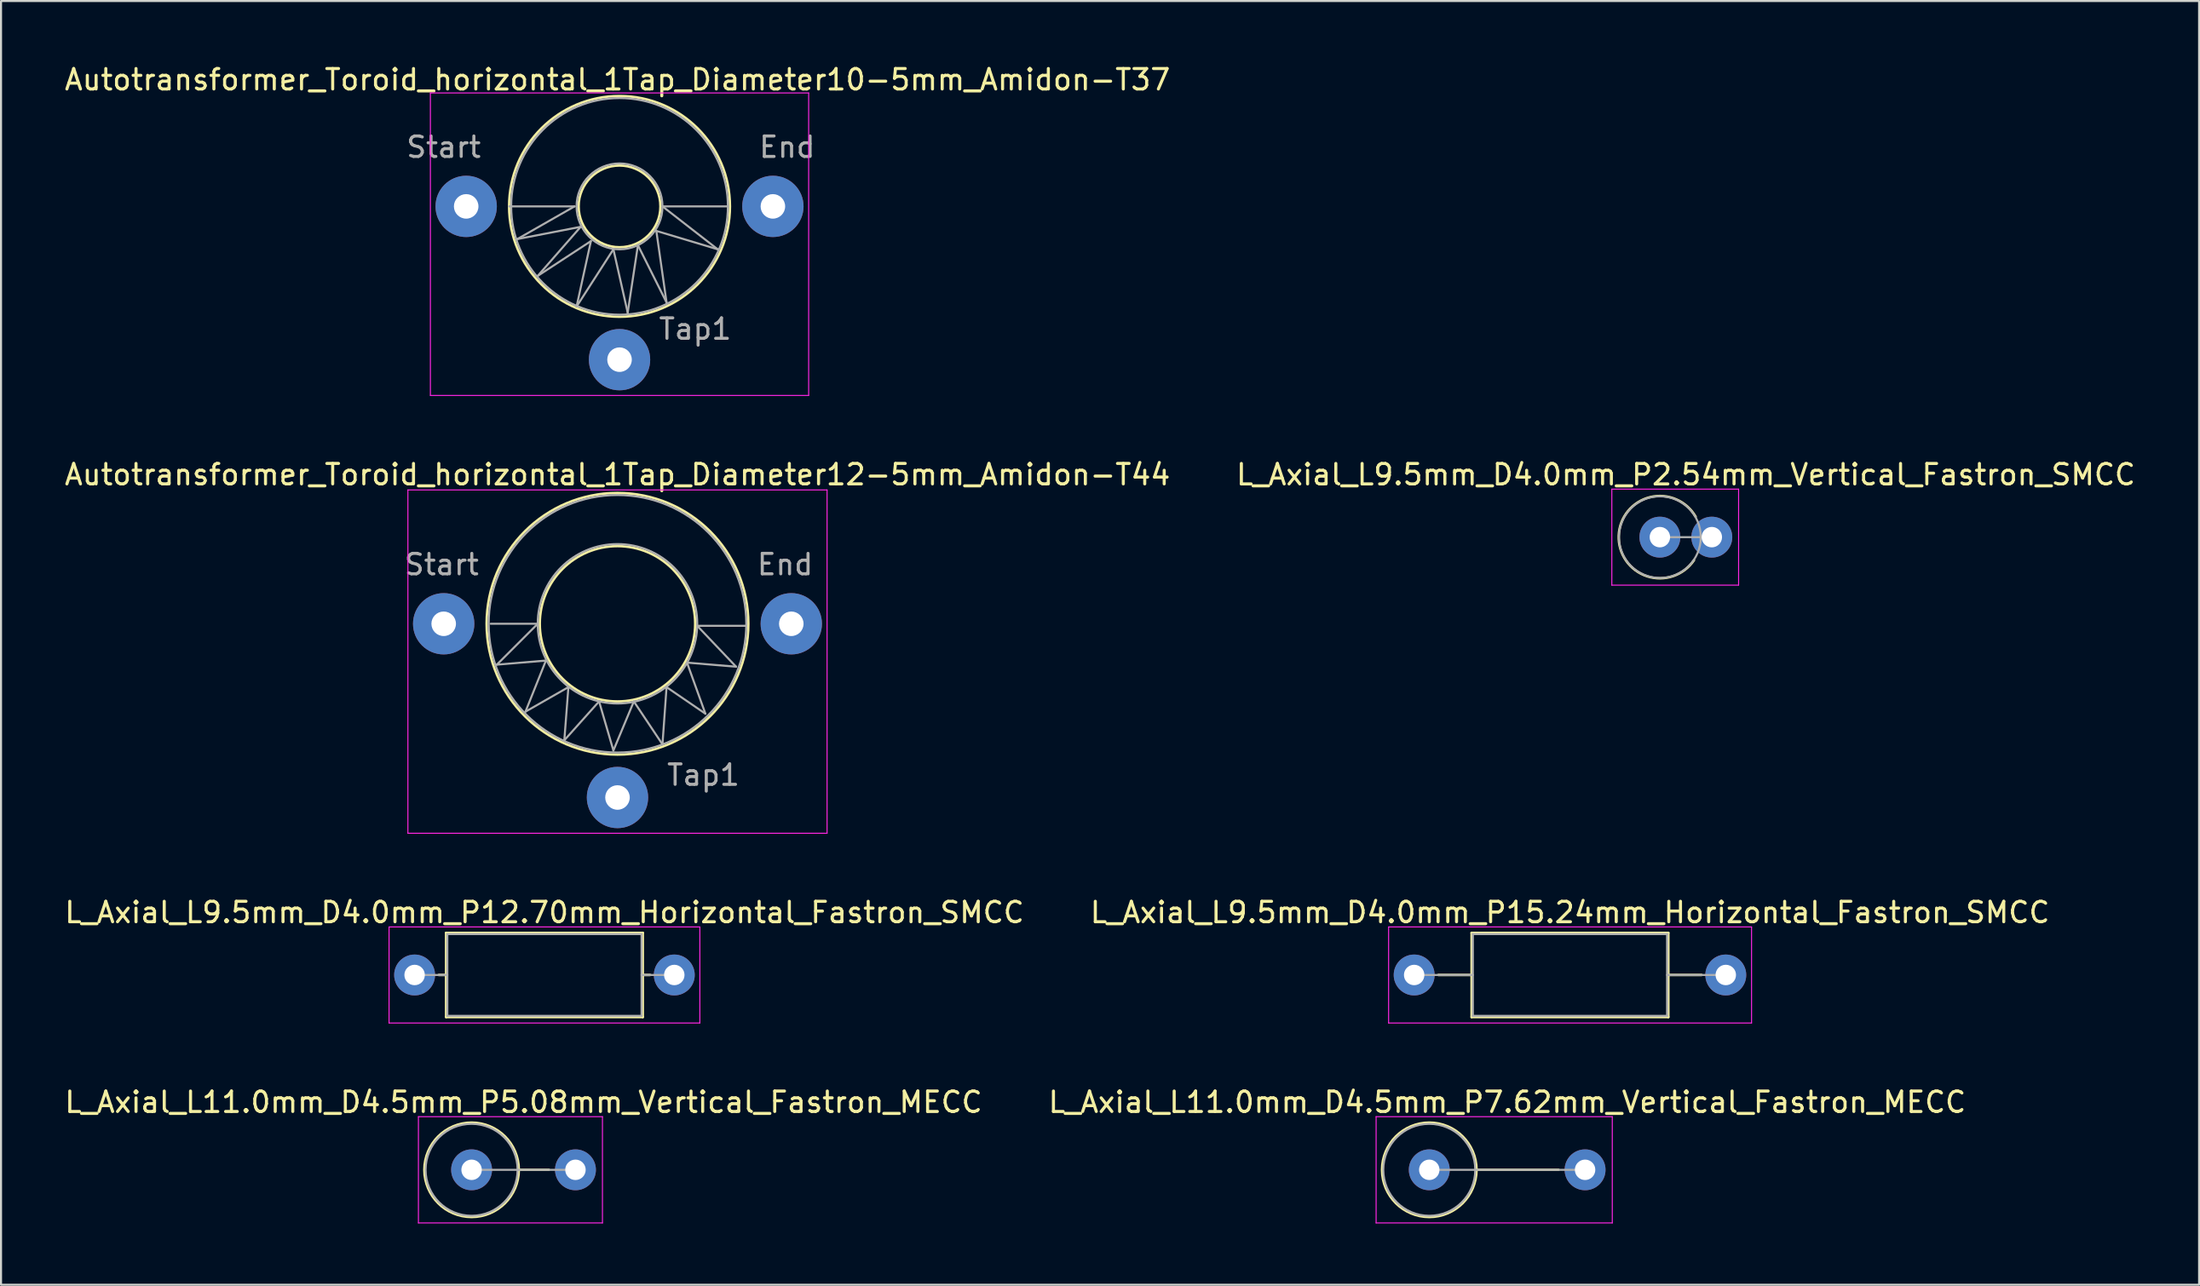
<source format=kicad_pcb>
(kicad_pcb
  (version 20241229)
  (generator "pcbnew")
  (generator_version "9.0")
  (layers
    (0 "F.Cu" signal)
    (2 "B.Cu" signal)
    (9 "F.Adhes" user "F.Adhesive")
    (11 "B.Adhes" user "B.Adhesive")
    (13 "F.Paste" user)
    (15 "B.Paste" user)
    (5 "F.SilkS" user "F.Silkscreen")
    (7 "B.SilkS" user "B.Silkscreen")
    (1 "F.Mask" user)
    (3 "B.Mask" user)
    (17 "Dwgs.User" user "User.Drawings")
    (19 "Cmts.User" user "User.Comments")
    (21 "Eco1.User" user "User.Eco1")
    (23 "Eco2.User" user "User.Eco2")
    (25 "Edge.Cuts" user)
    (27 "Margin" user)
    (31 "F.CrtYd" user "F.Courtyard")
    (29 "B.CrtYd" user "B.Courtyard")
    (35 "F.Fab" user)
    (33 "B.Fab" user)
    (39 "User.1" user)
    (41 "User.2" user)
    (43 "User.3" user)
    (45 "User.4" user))
  (footprint "L_Axial_L9.5mm_D4.0mm_P12.70mm_Horizontal_Fastron_SMCC"
    (layer "F.Cu")
    (at 17.227 44.655)
    (property "Reference" "L_Axial_L9.5mm_D4.0mm_P12.70mm_Horizontal_Fastron_SMCC" (at 6.35 -3.06 0) (layer "F.SilkS") (effects (font (size 1 1) (thickness 0.15))))
    (attr through_hole)
    (fp_line (start 1.18 0) (end 1.54 0) (stroke (width 0.12) (type solid)) (layer "F.SilkS"))
    (fp_line (start 1.54 -2.06) (end 1.54 2.06) (stroke (width 0.12) (type solid)) (layer "F.SilkS"))
    (fp_line (start 1.54 2.06) (end 11.16 2.06) (stroke (width 0.12) (type solid)) (layer "F.SilkS"))
    (fp_line (start 11.16 -2.06) (end 1.54 -2.06) (stroke (width 0.12) (type solid)) (layer "F.SilkS"))
    (fp_line (start 11.16 2.06) (end 11.16 -2.06) (stroke (width 0.12) (type solid)) (layer "F.SilkS"))
    (fp_line (start 11.52 0) (end 11.16 0) (stroke (width 0.12) (type solid)) (layer "F.SilkS"))
    (fp_line (start -1.25 -2.35) (end -1.25 2.35) (stroke (width 0.05) (type solid)) (layer "F.CrtYd"))
    (fp_line (start -1.25 2.35) (end 13.95 2.35) (stroke (width 0.05) (type solid)) (layer "F.CrtYd"))
    (fp_line (start 13.95 -2.35) (end -1.25 -2.35) (stroke (width 0.05) (type solid)) (layer "F.CrtYd"))
    (fp_line (start 13.95 2.35) (end 13.95 -2.35) (stroke (width 0.05) (type solid)) (layer "F.CrtYd"))
    (fp_line (start 0 0) (end 1.6 0) (stroke (width 0.1) (type solid)) (layer "F.Fab"))
    (fp_line (start 1.6 -2) (end 1.6 2) (stroke (width 0.1) (type solid)) (layer "F.Fab"))
    (fp_line (start 1.6 2) (end 11.1 2) (stroke (width 0.1) (type solid)) (layer "F.Fab"))
    (fp_line (start 11.1 -2) (end 1.6 -2) (stroke (width 0.1) (type solid)) (layer "F.Fab"))
    (fp_line (start 11.1 2) (end 11.1 -2) (stroke (width 0.1) (type solid)) (layer "F.Fab"))
    (fp_line (start 12.7 0) (end 11.1 0) (stroke (width 0.1) (type solid)) (layer "F.Fab"))
    (pad "1" thru_hole circle (at 0 0) (size 2 2) (drill 1) (layers "*.Cu" "*.Mask"))
    (pad "2" thru_hole oval (at 12.7 0) (size 2 2) (drill 1) (layers "*.Cu" "*.Mask")))
  (footprint "L_Axial_L9.5mm_D4.0mm_P2.54mm_Vertical_Fastron_SMCC"
    (layer "F.Cu")
    (at 78.129 23.232)
    (property "Reference" "L_Axial_L9.5mm_D4.0mm_P2.54mm_Vertical_Fastron_SMCC" (at 1.27 -3.06 0) (layer "F.SilkS") (effects (font (size 1 1) (thickness 0.15))))
    (attr through_hole)
    (fp_arc (start 1.667041 1.129812) (mid -2.012374 -0.076494) (end 1.747999 -1) (stroke (width 0.12) (type solid)) (layer "F.SilkS"))
    (fp_line (start -2.35 -2.35) (end -2.35 2.35) (stroke (width 0.05) (type solid)) (layer "F.CrtYd"))
    (fp_line (start -2.35 2.35) (end 3.85 2.35) (stroke (width 0.05) (type solid)) (layer "F.CrtYd"))
    (fp_line (start 3.85 -2.35) (end -2.35 -2.35) (stroke (width 0.05) (type solid)) (layer "F.CrtYd"))
    (fp_line (start 3.85 2.35) (end 3.85 -2.35) (stroke (width 0.05) (type solid)) (layer "F.CrtYd"))
    (fp_line (start 0 0) (end 2.54 0) (stroke (width 0.1) (type solid)) (layer "F.Fab"))
    (fp_circle (center 0 0) (end 2 0) (stroke (width 0.1) (type solid)) (fill no) (layer "F.Fab"))
    (pad "1" thru_hole circle (at 0 0) (size 2 2) (drill 1) (layers "*.Cu" "*.Mask"))
    (pad "2" thru_hole oval (at 2.54 0) (size 2 2) (drill 1) (layers "*.Cu" "*.Mask")))
  (footprint "L_Axial_L11.0mm_D4.5mm_P7.62mm_Vertical_Fastron_MECC"
    (layer "F.Cu")
    (at 66.851 54.188)
    (property "Reference" "L_Axial_L11.0mm_D4.5mm_P7.62mm_Vertical_Fastron_MECC" (at 3.81 -3.31 0) (layer "F.SilkS") (effects (font (size 1 1) (thickness 0.15))))
    (attr through_hole)
    (fp_line (start 2.31 0) (end 6.32 0) (stroke (width 0.12) (type solid)) (layer "F.SilkS"))
    (fp_circle (center 0 0) (end 2.31 0) (stroke (width 0.12) (type solid)) (fill no) (layer "F.SilkS"))
    (fp_line (start -2.6 -2.6) (end -2.6 2.6) (stroke (width 0.05) (type solid)) (layer "F.CrtYd"))
    (fp_line (start -2.6 2.6) (end 8.95 2.6) (stroke (width 0.05) (type solid)) (layer "F.CrtYd"))
    (fp_line (start 8.95 -2.6) (end -2.6 -2.6) (stroke (width 0.05) (type solid)) (layer "F.CrtYd"))
    (fp_line (start 8.95 2.6) (end 8.95 -2.6) (stroke (width 0.05) (type solid)) (layer "F.CrtYd"))
    (fp_line (start 0 0) (end 7.62 0) (stroke (width 0.1) (type solid)) (layer "F.Fab"))
    (fp_circle (center 0 0) (end 2.25 0) (stroke (width 0.1) (type solid)) (fill no) (layer "F.Fab"))
    (pad "1" thru_hole circle (at 0 0) (size 2 2) (drill 1) (layers "*.Cu" "*.Mask"))
    (pad "2" thru_hole oval (at 7.62 0) (size 2 2) (drill 1) (layers "*.Cu" "*.Mask")))
  (footprint "Autotransformer_Toroid_horizontal_1Tap_Diameter10-5mm_Amidon-T37"
    (layer "F.Cu")
    (at 19.749 7.048)
    (property "Reference" "Autotransformer_Toroid_horizontal_1Tap_Diameter10-5mm_Amidon-T37" (at 7.4 -6.2 0) (layer "F.SilkS") (effects (font (size 1 1) (thickness 0.15))))
    (attr through_hole)
    (fp_circle (center 7.5 0) (end 9.5 0) (stroke (width 0.12) (type solid)) (fill no) (layer "F.SilkS"))
    (fp_circle (center 7.5 0) (end 12.9 0) (stroke (width 0.12) (type solid)) (fill no) (layer "F.SilkS"))
    (fp_line (start -1.75 -5.55) (end -1.75 9.25) (stroke (width 0.05) (type solid)) (layer "F.CrtYd"))
    (fp_line (start -1.75 -5.55) (end 16.75 -5.55) (stroke (width 0.05) (type solid)) (layer "F.CrtYd"))
    (fp_line (start 16.75 9.25) (end -1.75 9.25) (stroke (width 0.05) (type solid)) (layer "F.CrtYd"))
    (fp_line (start 16.75 9.25) (end 16.75 -5.55) (stroke (width 0.05) (type solid)) (layer "F.CrtYd"))
    (fp_line (start 2.1 0) (end 5.3 0) (stroke (width 0.1) (type solid)) (layer "F.Fab"))
    (fp_line (start 2.5 1.6) (end 5.6 1) (stroke (width 0.1) (type solid)) (layer "F.Fab"))
    (fp_line (start 3.5 3.4) (end 6.1 1.7) (stroke (width 0.1) (type solid)) (layer "F.Fab"))
    (fp_line (start 5.3 0) (end 2.5 1.6) (stroke (width 0.1) (type solid)) (layer "F.Fab"))
    (fp_line (start 5.4 4.9) (end 7.2 2.1) (stroke (width 0.1) (type solid)) (layer "F.Fab"))
    (fp_line (start 5.6 1) (end 3.5 3.4) (stroke (width 0.1) (type solid)) (layer "F.Fab"))
    (fp_line (start 6.1 1.7) (end 5.4 4.9) (stroke (width 0.1) (type solid)) (layer "F.Fab"))
    (fp_line (start 7.2 2.1) (end 7.9 5.2) (stroke (width 0.1) (type solid)) (layer "F.Fab"))
    (fp_line (start 7.9 5.2) (end 8.4 1.9) (stroke (width 0.1) (type solid)) (layer "F.Fab"))
    (fp_line (start 8.4 1.9) (end 9.8 4.7) (stroke (width 0.1) (type solid)) (layer "F.Fab"))
    (fp_line (start 9.3 1.2) (end 12.3 2.1) (stroke (width 0.1) (type solid)) (layer "F.Fab"))
    (fp_line (start 9.6 0) (end 12.8 0) (stroke (width 0.1) (type solid)) (layer "F.Fab"))
    (fp_line (start 9.8 4.7) (end 9.3 1.2) (stroke (width 0.1) (type solid)) (layer "F.Fab"))
    (fp_line (start 12.3 2.1) (end 9.6 0) (stroke (width 0.1) (type solid)) (layer "F.Fab"))
    (fp_circle (center 7.5 0) (end 9.6 0) (stroke (width 0.1) (type solid)) (fill no) (layer "F.Fab"))
    (fp_circle (center 7.5 0) (end 12.8 0) (stroke (width 0.1) (type solid)) (fill no) (layer "F.Fab"))
    (fp_text user "Tap1" (at 11.2 6 0) (layer "F.Fab") (effects (font (size 1 1) (thickness 0.15))))
    (fp_text user "End" (at 15.7 -2.9 0) (layer "F.Fab") (effects (font (size 1 1) (thickness 0.15))))
    (fp_text user "Start" (at -1.1 -2.9 0) (layer "F.Fab") (effects (font (size 1 1) (thickness 0.15))))
    (pad "1" thru_hole circle (at 0 0) (size 3 3) (drill 1.2) (layers "*.Cu" "*.Mask"))
    (pad "2" thru_hole circle (at 7.5 7.5) (size 3 3) (drill 1.2) (layers "*.Cu" "*.Mask"))
    (pad "3" thru_hole circle (at 15 0) (size 3 3) (drill 1.2) (layers "*.Cu" "*.Mask")))
  (footprint "L_Axial_L9.5mm_D4.0mm_P15.24mm_Horizontal_Fastron_SMCC"
    (layer "F.Cu")
    (at 66.112 44.655)
    (property "Reference" "L_Axial_L9.5mm_D4.0mm_P15.24mm_Horizontal_Fastron_SMCC" (at 7.62 -3.06 0) (layer "F.SilkS") (effects (font (size 1 1) (thickness 0.15))))
    (attr through_hole)
    (fp_line (start 1.18 0) (end 2.81 0) (stroke (width 0.12) (type solid)) (layer "F.SilkS"))
    (fp_line (start 2.81 -2.06) (end 2.81 2.06) (stroke (width 0.12) (type solid)) (layer "F.SilkS"))
    (fp_line (start 2.81 2.06) (end 12.43 2.06) (stroke (width 0.12) (type solid)) (layer "F.SilkS"))
    (fp_line (start 12.43 -2.06) (end 2.81 -2.06) (stroke (width 0.12) (type solid)) (layer "F.SilkS"))
    (fp_line (start 12.43 2.06) (end 12.43 -2.06) (stroke (width 0.12) (type solid)) (layer "F.SilkS"))
    (fp_line (start 14.06 0) (end 12.43 0) (stroke (width 0.12) (type solid)) (layer "F.SilkS"))
    (fp_line (start -1.25 -2.35) (end -1.25 2.35) (stroke (width 0.05) (type solid)) (layer "F.CrtYd"))
    (fp_line (start -1.25 2.35) (end 16.5 2.35) (stroke (width 0.05) (type solid)) (layer "F.CrtYd"))
    (fp_line (start 16.5 -2.35) (end -1.25 -2.35) (stroke (width 0.05) (type solid)) (layer "F.CrtYd"))
    (fp_line (start 16.5 2.35) (end 16.5 -2.35) (stroke (width 0.05) (type solid)) (layer "F.CrtYd"))
    (fp_line (start 0 0) (end 2.87 0) (stroke (width 0.1) (type solid)) (layer "F.Fab"))
    (fp_line (start 2.87 -2) (end 2.87 2) (stroke (width 0.1) (type solid)) (layer "F.Fab"))
    (fp_line (start 2.87 2) (end 12.37 2) (stroke (width 0.1) (type solid)) (layer "F.Fab"))
    (fp_line (start 12.37 -2) (end 2.87 -2) (stroke (width 0.1) (type solid)) (layer "F.Fab"))
    (fp_line (start 12.37 2) (end 12.37 -2) (stroke (width 0.1) (type solid)) (layer "F.Fab"))
    (fp_line (start 15.24 0) (end 12.37 0) (stroke (width 0.1) (type solid)) (layer "F.Fab"))
    (pad "1" thru_hole circle (at 0 0) (size 2 2) (drill 1) (layers "*.Cu" "*.Mask"))
    (pad "2" thru_hole oval (at 15.24 0) (size 2 2) (drill 1) (layers "*.Cu" "*.Mask")))
  (footprint "Autotransformer_Toroid_horizontal_1Tap_Diameter12-5mm_Amidon-T44"
    (layer "F.Cu")
    (at 18.649 27.471)
    (property "Reference" "Autotransformer_Toroid_horizontal_1Tap_Diameter12-5mm_Amidon-T44" (at 8.5 -7.3 0) (layer "F.SilkS") (effects (font (size 1 1) (thickness 0.15))))
    (attr through_hole)
    (fp_circle (center 8.5 0) (end 12.3 0) (stroke (width 0.12) (type solid)) (fill no) (layer "F.SilkS"))
    (fp_circle (center 8.5 0) (end 14.9 0) (stroke (width 0.12) (type solid)) (fill no) (layer "F.SilkS"))
    (fp_line (start -1.75 -6.55) (end -1.75 10.25) (stroke (width 0.05) (type solid)) (layer "F.CrtYd"))
    (fp_line (start -1.75 -6.55) (end 18.75 -6.55) (stroke (width 0.05) (type solid)) (layer "F.CrtYd"))
    (fp_line (start 18.75 10.25) (end -1.75 10.25) (stroke (width 0.05) (type solid)) (layer "F.CrtYd"))
    (fp_line (start 18.75 10.25) (end 18.75 -6.55) (stroke (width 0.05) (type solid)) (layer "F.CrtYd"))
    (fp_line (start 2.3 0) (end 4.6 0) (stroke (width 0.1) (type solid)) (layer "F.Fab"))
    (fp_line (start 2.6 2) (end 5 1.8) (stroke (width 0.1) (type solid)) (layer "F.Fab"))
    (fp_line (start 4 4.3) (end 6.1 3.1) (stroke (width 0.1) (type solid)) (layer "F.Fab"))
    (fp_line (start 4.6 0) (end 2.6 2) (stroke (width 0.1) (type solid)) (layer "F.Fab"))
    (fp_line (start 5 1.8) (end 4 4.3) (stroke (width 0.1) (type solid)) (layer "F.Fab"))
    (fp_line (start 5.9 5.7) (end 7.6 3.8) (stroke (width 0.1) (type solid)) (layer "F.Fab"))
    (fp_line (start 6.1 3.1) (end 5.9 5.7) (stroke (width 0.1) (type solid)) (layer "F.Fab"))
    (fp_line (start 7.6 3.8) (end 8.3 6.2) (stroke (width 0.1) (type solid)) (layer "F.Fab"))
    (fp_line (start 8.3 6.2) (end 9.3 3.8) (stroke (width 0.1) (type solid)) (layer "F.Fab"))
    (fp_line (start 9.3 3.8) (end 10.7 5.9) (stroke (width 0.1) (type solid)) (layer "F.Fab"))
    (fp_line (start 10.7 5.9) (end 10.9 3.1) (stroke (width 0.1) (type solid)) (layer "F.Fab"))
    (fp_line (start 10.9 3.1) (end 12.8 4.4) (stroke (width 0.1) (type solid)) (layer "F.Fab"))
    (fp_line (start 11.9 1.9) (end 14.3 2.1) (stroke (width 0.1) (type solid)) (layer "F.Fab"))
    (fp_line (start 12.4 0.1) (end 14.8 0.1) (stroke (width 0.1) (type solid)) (layer "F.Fab"))
    (fp_line (start 12.8 4.4) (end 11.9 1.9) (stroke (width 0.1) (type solid)) (layer "F.Fab"))
    (fp_line (start 14.3 2.1) (end 12.4 0.1) (stroke (width 0.1) (type solid)) (layer "F.Fab"))
    (fp_circle (center 8.5 0) (end 12.4 0) (stroke (width 0.1) (type solid)) (fill no) (layer "F.Fab"))
    (fp_circle (center 8.5 0) (end 14.8 0) (stroke (width 0.1) (type solid)) (fill no) (layer "F.Fab"))
    (fp_text user "Tap1" (at 12.7 7.4 0) (layer "F.Fab") (effects (font (size 1 1) (thickness 0.15))))
    (fp_text user "Start" (at -0.1 -2.9 0) (layer "F.Fab") (effects (font (size 1 1) (thickness 0.15))))
    (fp_text user "End" (at 16.7 -2.9 0) (layer "F.Fab") (effects (font (size 1 1) (thickness 0.15))))
    (pad "1" thru_hole circle (at 0 0) (size 3 3) (drill 1.2) (layers "*.Cu" "*.Mask"))
    (pad "2" thru_hole circle (at 8.5 8.5) (size 3 3) (drill 1.2) (layers "*.Cu" "*.Mask"))
    (pad "3" thru_hole circle (at 17 0) (size 3 3) (drill 1.2) (layers "*.Cu" "*.Mask")))
  (footprint "L_Axial_L11.0mm_D4.5mm_P5.08mm_Vertical_Fastron_MECC"
    (layer "F.Cu")
    (at 20.014 54.188)
    (property "Reference" "L_Axial_L11.0mm_D4.5mm_P5.08mm_Vertical_Fastron_MECC" (at 2.54 -3.31 0) (layer "F.SilkS") (effects (font (size 1 1) (thickness 0.15))))
    (attr through_hole)
    (fp_line (start 2.31 0) (end 3.78 0) (stroke (width 0.12) (type solid)) (layer "F.SilkS"))
    (fp_circle (center 0 0) (end 2.31 0) (stroke (width 0.12) (type solid)) (fill no) (layer "F.SilkS"))
    (fp_line (start -2.6 -2.6) (end -2.6 2.6) (stroke (width 0.05) (type solid)) (layer "F.CrtYd"))
    (fp_line (start -2.6 2.6) (end 6.4 2.6) (stroke (width 0.05) (type solid)) (layer "F.CrtYd"))
    (fp_line (start 6.4 -2.6) (end -2.6 -2.6) (stroke (width 0.05) (type solid)) (layer "F.CrtYd"))
    (fp_line (start 6.4 2.6) (end 6.4 -2.6) (stroke (width 0.05) (type solid)) (layer "F.CrtYd"))
    (fp_line (start 0 0) (end 5.08 0) (stroke (width 0.1) (type solid)) (layer "F.Fab"))
    (fp_circle (center 0 0) (end 2.25 0) (stroke (width 0.1) (type solid)) (fill no) (layer "F.Fab"))
    (pad "1" thru_hole circle (at 0 0) (size 2 2) (drill 1) (layers "*.Cu" "*.Mask"))
    (pad "2" thru_hole oval (at 5.08 0) (size 2 2) (drill 1) (layers "*.Cu" "*.Mask")))
  (gr_rect
    (start -3 -3)
    (end 104.5 59.813)
    (stroke (width 0.1) (type default))
    (fill no)
    (layer "Edge.Cuts")))
</source>
